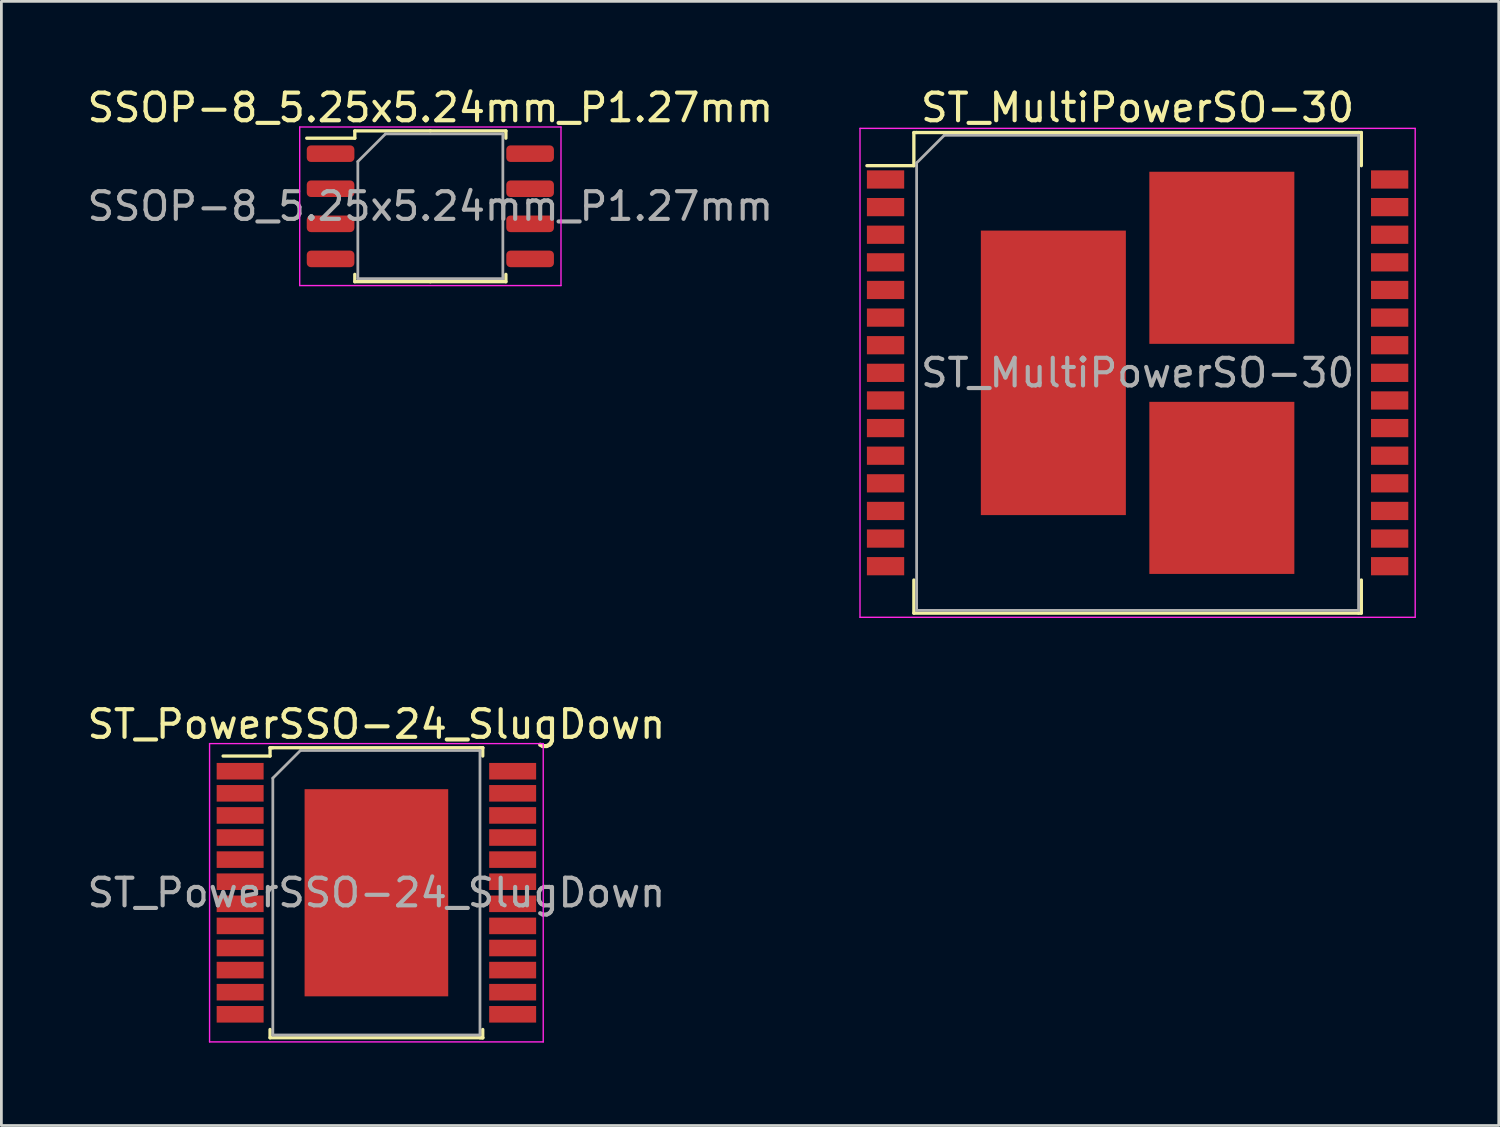
<source format=kicad_pcb>
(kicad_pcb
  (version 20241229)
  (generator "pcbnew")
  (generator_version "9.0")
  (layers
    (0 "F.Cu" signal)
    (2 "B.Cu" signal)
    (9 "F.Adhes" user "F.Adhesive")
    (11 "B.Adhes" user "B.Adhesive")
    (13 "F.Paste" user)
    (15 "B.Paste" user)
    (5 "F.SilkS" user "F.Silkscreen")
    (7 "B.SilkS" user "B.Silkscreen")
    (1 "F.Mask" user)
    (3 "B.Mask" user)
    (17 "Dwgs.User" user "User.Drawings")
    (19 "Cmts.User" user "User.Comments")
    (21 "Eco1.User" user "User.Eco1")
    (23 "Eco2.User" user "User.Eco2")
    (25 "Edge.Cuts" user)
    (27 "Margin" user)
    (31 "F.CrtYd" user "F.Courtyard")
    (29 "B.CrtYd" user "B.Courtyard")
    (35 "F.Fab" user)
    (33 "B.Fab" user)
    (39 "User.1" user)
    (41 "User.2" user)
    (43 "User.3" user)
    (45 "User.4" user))
  (footprint "ST_PowerSSO-24_SlugDown"
    (layer "F.Cu")
    (at 10.577 29.271)
    (property "Reference" "ST_PowerSSO-24_SlugDown" (at 0 -6.1 0) (layer "F.SilkS") (effects (font (size 1 1) (thickness 0.15))))
    (attr smd)
    (fp_line (start -3.85 -5.25) (end -3.85 -4.95) (stroke (width 0.12) (type solid)) (layer "F.SilkS"))
    (fp_line (start -3.85 -4.95) (end -5.55 -4.95) (stroke (width 0.12) (type solid)) (layer "F.SilkS"))
    (fp_line (start -3.85 5.25) (end -3.85 4.95) (stroke (width 0.12) (type solid)) (layer "F.SilkS"))
    (fp_line (start -3.75 -5.25) (end -3.85 -5.25) (stroke (width 0.12) (type solid)) (layer "F.SilkS"))
    (fp_line (start 3.75 -5.25) (end 3.85 -5.25) (stroke (width 0.12) (type solid)) (layer "F.SilkS"))
    (fp_line (start 3.75 5.25) (end 3.85 5.25) (stroke (width 0.12) (type solid)) (layer "F.SilkS"))
    (fp_line (start 3.85 -5.25) (end -3.85 -5.25) (stroke (width 0.12) (type solid)) (layer "F.SilkS"))
    (fp_line (start 3.85 -5.25) (end 3.85 -4.95) (stroke (width 0.12) (type solid)) (layer "F.SilkS"))
    (fp_line (start 3.85 5.25) (end -3.85 5.25) (stroke (width 0.12) (type solid)) (layer "F.SilkS"))
    (fp_line (start 3.85 5.25) (end 3.85 4.95) (stroke (width 0.12) (type solid)) (layer "F.SilkS"))
    (fp_line (start -6.04 -5.4) (end -6.04 5.4) (stroke (width 0.05) (type solid)) (layer "F.CrtYd"))
    (fp_line (start -6.04 -5.4) (end 6.04 -5.4) (stroke (width 0.05) (type solid)) (layer "F.CrtYd"))
    (fp_line (start 6.04 5.4) (end -6.04 5.4) (stroke (width 0.05) (type solid)) (layer "F.CrtYd"))
    (fp_line (start 6.04 5.4) (end 6.04 -5.4) (stroke (width 0.05) (type solid)) (layer "F.CrtYd"))
    (fp_line (start -3.75 -4.15) (end -3.75 5.15) (stroke (width 0.1) (type solid)) (layer "F.Fab"))
    (fp_line (start -3.75 5.15) (end 3.75 5.15) (stroke (width 0.1) (type solid)) (layer "F.Fab"))
    (fp_line (start -2.75 -5.15) (end -3.75 -4.15) (stroke (width 0.1) (type solid)) (layer "F.Fab"))
    (fp_line (start 3.75 -5.15) (end -2.75 -5.15) (stroke (width 0.1) (type solid)) (layer "F.Fab"))
    (fp_line (start 3.75 5.15) (end 3.75 -5.15) (stroke (width 0.1) (type solid)) (layer "F.Fab"))
    (fp_text user "${REFERENCE}" (at 0 0 0) (layer "F.Fab") (effects (font (size 1 1) (thickness 0.15))))
    (pad "1" smd rect (at -4.933 -4.4) (size 1.7 0.6) (layers "F.Cu" "F.Mask" "F.Paste"))
    (pad "2" smd rect (at -4.933 -3.6) (size 1.7 0.6) (layers "F.Cu" "F.Mask" "F.Paste"))
    (pad "3" smd rect (at -4.933 -2.8) (size 1.7 0.6) (layers "F.Cu" "F.Mask" "F.Paste"))
    (pad "4" smd rect (at -4.933 -2) (size 1.7 0.6) (layers "F.Cu" "F.Mask" "F.Paste"))
    (pad "5" smd rect (at -4.933 -1.2) (size 1.7 0.6) (layers "F.Cu" "F.Mask" "F.Paste"))
    (pad "6" smd rect (at -4.933 -0.4) (size 1.7 0.6) (layers "F.Cu" "F.Mask" "F.Paste"))
    (pad "7" smd rect (at -4.933 0.4) (size 1.7 0.6) (layers "F.Cu" "F.Mask" "F.Paste"))
    (pad "8" smd rect (at -4.933 1.2) (size 1.7 0.6) (layers "F.Cu" "F.Mask" "F.Paste"))
    (pad "9" smd rect (at -4.933 2) (size 1.7 0.6) (layers "F.Cu" "F.Mask" "F.Paste"))
    (pad "10" smd rect (at -4.933 2.8) (size 1.7 0.6) (layers "F.Cu" "F.Mask" "F.Paste"))
    (pad "11" smd rect (at -4.933 3.6) (size 1.7 0.6) (layers "F.Cu" "F.Mask" "F.Paste"))
    (pad "12" smd rect (at -4.933 4.4) (size 1.7 0.6) (layers "F.Cu" "F.Mask" "F.Paste"))
    (pad "13" smd rect (at 4.933 4.4) (size 1.7 0.6) (layers "F.Cu" "F.Mask" "F.Paste"))
    (pad "14" smd rect (at 4.933 3.6) (size 1.7 0.6) (layers "F.Cu" "F.Mask" "F.Paste"))
    (pad "15" smd rect (at 4.933 2.8) (size 1.7 0.6) (layers "F.Cu" "F.Mask" "F.Paste"))
    (pad "16" smd rect (at 4.933 2) (size 1.7 0.6) (layers "F.Cu" "F.Mask" "F.Paste"))
    (pad "17" smd rect (at 4.933 1.2) (size 1.7 0.6) (layers "F.Cu" "F.Mask" "F.Paste"))
    (pad "18" smd rect (at 4.933 0.4) (size 1.7 0.6) (layers "F.Cu" "F.Mask" "F.Paste"))
    (pad "19" smd rect (at 4.933 -0.4) (size 1.7 0.6) (layers "F.Cu" "F.Mask" "F.Paste"))
    (pad "20" smd rect (at 4.933 -1.2) (size 1.7 0.6) (layers "F.Cu" "F.Mask" "F.Paste"))
    (pad "21" smd rect (at 4.933 -2) (size 1.7 0.6) (layers "F.Cu" "F.Mask" "F.Paste"))
    (pad "22" smd rect (at 4.933 -2.8) (size 1.7 0.6) (layers "F.Cu" "F.Mask" "F.Paste"))
    (pad "23" smd rect (at 4.933 -3.6) (size 1.7 0.6) (layers "F.Cu" "F.Mask" "F.Paste"))
    (pad "24" smd rect (at 4.933 -4.4) (size 1.7 0.6) (layers "F.Cu" "F.Mask" "F.Paste"))
    (pad "25" smd rect (at 0 0) (size 5.2 7.5) (layers "F.Cu" "F.Mask" "F.Paste")))
  (footprint "SSOP-8_5.25x5.24mm_P1.27mm"
    (layer "F.Cu")
    (at 12.53 4.418)
    (property "Reference" "SSOP-8_5.25x5.24mm_P1.27mm" (at 0 -3.57 0) (layer "F.SilkS") (effects (font (size 1 1) (thickness 0.15))))
    (attr smd)
    (fp_line (start -2.735 -2.73) (end -2.735 -2.465) (stroke (width 0.12) (type solid)) (layer "F.SilkS"))
    (fp_line (start -2.735 -2.465) (end -4.475 -2.465) (stroke (width 0.12) (type solid)) (layer "F.SilkS"))
    (fp_line (start -2.735 2.73) (end -2.735 2.465) (stroke (width 0.12) (type solid)) (layer "F.SilkS"))
    (fp_line (start 0 -2.73) (end -2.735 -2.73) (stroke (width 0.12) (type solid)) (layer "F.SilkS"))
    (fp_line (start 0 -2.73) (end 2.735 -2.73) (stroke (width 0.12) (type solid)) (layer "F.SilkS"))
    (fp_line (start 0 2.73) (end -2.735 2.73) (stroke (width 0.12) (type solid)) (layer "F.SilkS"))
    (fp_line (start 0 2.73) (end 2.735 2.73) (stroke (width 0.12) (type solid)) (layer "F.SilkS"))
    (fp_line (start 2.735 -2.73) (end 2.735 -2.465) (stroke (width 0.12) (type solid)) (layer "F.SilkS"))
    (fp_line (start 2.735 2.73) (end 2.735 2.465) (stroke (width 0.12) (type solid)) (layer "F.SilkS"))
    (fp_line (start -4.73 -2.87) (end -4.73 2.87) (stroke (width 0.05) (type solid)) (layer "F.CrtYd"))
    (fp_line (start -4.73 2.87) (end 4.73 2.87) (stroke (width 0.05) (type solid)) (layer "F.CrtYd"))
    (fp_line (start 4.73 -2.87) (end -4.73 -2.87) (stroke (width 0.05) (type solid)) (layer "F.CrtYd"))
    (fp_line (start 4.73 2.87) (end 4.73 -2.87) (stroke (width 0.05) (type solid)) (layer "F.CrtYd"))
    (fp_line (start -2.625 -1.62) (end -1.625 -2.62) (stroke (width 0.1) (type solid)) (layer "F.Fab"))
    (fp_line (start -2.625 2.62) (end -2.625 -1.62) (stroke (width 0.1) (type solid)) (layer "F.Fab"))
    (fp_line (start -1.625 -2.62) (end 2.625 -2.62) (stroke (width 0.1) (type solid)) (layer "F.Fab"))
    (fp_line (start 2.625 -2.62) (end 2.625 2.62) (stroke (width 0.1) (type solid)) (layer "F.Fab"))
    (fp_line (start 2.625 2.62) (end -2.625 2.62) (stroke (width 0.1) (type solid)) (layer "F.Fab"))
    (fp_text user "${REFERENCE}" (at 0 0 0) (layer "F.Fab") (effects (font (size 1 1) (thickness 0.15))))
    (pad "1" smd roundrect (at -3.612 -1.905) (size 1.725 0.6) (layers "F.Cu" "F.Mask" "F.Paste") (roundrect_rratio 0.25))
    (pad "2" smd roundrect (at -3.612 -0.635) (size 1.725 0.6) (layers "F.Cu" "F.Mask" "F.Paste") (roundrect_rratio 0.25))
    (pad "3" smd roundrect (at -3.612 0.635) (size 1.725 0.6) (layers "F.Cu" "F.Mask" "F.Paste") (roundrect_rratio 0.25))
    (pad "4" smd roundrect (at -3.612 1.905) (size 1.725 0.6) (layers "F.Cu" "F.Mask" "F.Paste") (roundrect_rratio 0.25))
    (pad "5" smd roundrect (at 3.612 1.905) (size 1.725 0.6) (layers "F.Cu" "F.Mask" "F.Paste") (roundrect_rratio 0.25))
    (pad "6" smd roundrect (at 3.612 0.635) (size 1.725 0.6) (layers "F.Cu" "F.Mask" "F.Paste") (roundrect_rratio 0.25))
    (pad "7" smd roundrect (at 3.612 -0.635) (size 1.725 0.6) (layers "F.Cu" "F.Mask" "F.Paste") (roundrect_rratio 0.25))
    (pad "8" smd roundrect (at 3.612 -1.905) (size 1.725 0.6) (layers "F.Cu" "F.Mask" "F.Paste") (roundrect_rratio 0.25)))
  (footprint "ST_MultiPowerSO-30"
    (layer "F.Cu")
    (at 38.135 10.448)
    (property "Reference" "ST_MultiPowerSO-30" (at 0 -9.6 0) (layer "F.SilkS") (effects (font (size 1 1) (thickness 0.15))))
    (attr smd)
    (fp_line (start -8.1 -8.7) (end -8.1 -7.5) (stroke (width 0.12) (type solid)) (layer "F.SilkS"))
    (fp_line (start -8.1 -7.5) (end -9.8 -7.5) (stroke (width 0.12) (type solid)) (layer "F.SilkS"))
    (fp_line (start -8.1 8.7) (end -8.1 7.5) (stroke (width 0.12) (type solid)) (layer "F.SilkS"))
    (fp_line (start -8 -8.7) (end -8.1 -8.7) (stroke (width 0.12) (type solid)) (layer "F.SilkS"))
    (fp_line (start 8 -8.7) (end -8 -8.7) (stroke (width 0.12) (type solid)) (layer "F.SilkS"))
    (fp_line (start 8 -8.7) (end 8.1 -8.7) (stroke (width 0.12) (type solid)) (layer "F.SilkS"))
    (fp_line (start 8 8.7) (end -8.1 8.7) (stroke (width 0.12) (type solid)) (layer "F.SilkS"))
    (fp_line (start 8 8.7) (end 8.1 8.7) (stroke (width 0.12) (type solid)) (layer "F.SilkS"))
    (fp_line (start 8.1 -8.7) (end 8.1 -7.5) (stroke (width 0.12) (type solid)) (layer "F.SilkS"))
    (fp_line (start 8.1 8.7) (end 8.1 7.5) (stroke (width 0.12) (type solid)) (layer "F.SilkS"))
    (fp_line (start -10.05 -8.85) (end -10.05 8.85) (stroke (width 0.05) (type solid)) (layer "F.CrtYd"))
    (fp_line (start -10.05 -8.85) (end 10.05 -8.85) (stroke (width 0.05) (type solid)) (layer "F.CrtYd"))
    (fp_line (start 10.05 8.85) (end -10.05 8.85) (stroke (width 0.05) (type solid)) (layer "F.CrtYd"))
    (fp_line (start 10.05 8.85) (end 10.05 -8.85) (stroke (width 0.05) (type solid)) (layer "F.CrtYd"))
    (fp_line (start -8 -7.6) (end -8 8.6) (stroke (width 0.1) (type solid)) (layer "F.Fab"))
    (fp_line (start -8 8.6) (end 8 8.6) (stroke (width 0.1) (type solid)) (layer "F.Fab"))
    (fp_line (start -7 -8.6) (end -8 -7.6) (stroke (width 0.1) (type solid)) (layer "F.Fab"))
    (fp_line (start 8 -8.6) (end -7 -8.6) (stroke (width 0.1) (type solid)) (layer "F.Fab"))
    (fp_line (start 8 8.6) (end 8 -8.6) (stroke (width 0.1) (type solid)) (layer "F.Fab"))
    (fp_text user "${REFERENCE}" (at 0 0 0) (layer "F.Fab") (effects (font (size 1 1) (thickness 0.15))))
    (pad "1" smd rect (at -9.125 -7 270) (size 0.66 1.35) (layers "F.Cu" "F.Mask" "F.Paste"))
    (pad "2" smd rect (at -9.125 -6 270) (size 0.66 1.35) (layers "F.Cu" "F.Mask" "F.Paste"))
    (pad "3" smd rect (at -9.125 -5 270) (size 0.66 1.35) (layers "F.Cu" "F.Mask" "F.Paste"))
    (pad "4" smd rect (at -9.125 -4 270) (size 0.66 1.35) (layers "F.Cu" "F.Mask" "F.Paste"))
    (pad "5" smd rect (at -9.125 -3 270) (size 0.66 1.35) (layers "F.Cu" "F.Mask" "F.Paste"))
    (pad "6" smd rect (at -9.125 -2 270) (size 0.66 1.35) (layers "F.Cu" "F.Mask" "F.Paste"))
    (pad "7" smd rect (at -9.125 -1 270) (size 0.66 1.35) (layers "F.Cu" "F.Mask" "F.Paste"))
    (pad "8" smd rect (at -9.125 0 270) (size 0.66 1.35) (layers "F.Cu" "F.Mask" "F.Paste"))
    (pad "9" smd rect (at -9.125 1 270) (size 0.66 1.35) (layers "F.Cu" "F.Mask" "F.Paste"))
    (pad "10" smd rect (at -9.125 2 270) (size 0.66 1.35) (layers "F.Cu" "F.Mask" "F.Paste"))
    (pad "11" smd rect (at -9.125 3 270) (size 0.66 1.35) (layers "F.Cu" "F.Mask" "F.Paste"))
    (pad "12" smd rect (at -9.125 4 270) (size 0.66 1.35) (layers "F.Cu" "F.Mask" "F.Paste"))
    (pad "13" smd rect (at -9.125 5 270) (size 0.66 1.35) (layers "F.Cu" "F.Mask" "F.Paste"))
    (pad "14" smd rect (at -9.125 6 270) (size 0.66 1.35) (layers "F.Cu" "F.Mask" "F.Paste"))
    (pad "15" smd rect (at -9.125 7 270) (size 0.66 1.35) (layers "F.Cu" "F.Mask" "F.Paste"))
    (pad "16" smd rect (at 9.125 7 270) (size 0.66 1.35) (layers "F.Cu" "F.Mask" "F.Paste"))
    (pad "17" smd rect (at 9.125 6 270) (size 0.66 1.35) (layers "F.Cu" "F.Mask" "F.Paste"))
    (pad "18" smd rect (at 9.125 5 270) (size 0.66 1.35) (layers "F.Cu" "F.Mask" "F.Paste"))
    (pad "19" smd rect (at 9.125 4 270) (size 0.66 1.35) (layers "F.Cu" "F.Mask" "F.Paste"))
    (pad "20" smd rect (at 9.125 3 270) (size 0.66 1.35) (layers "F.Cu" "F.Mask" "F.Paste"))
    (pad "21" smd rect (at 9.125 2 270) (size 0.66 1.35) (layers "F.Cu" "F.Mask" "F.Paste"))
    (pad "22" smd rect (at 9.125 1 270) (size 0.66 1.35) (layers "F.Cu" "F.Mask" "F.Paste"))
    (pad "23" smd rect (at 9.125 0 270) (size 0.66 1.35) (layers "F.Cu" "F.Mask" "F.Paste"))
    (pad "24" smd rect (at 9.125 -1 270) (size 0.66 1.35) (layers "F.Cu" "F.Mask" "F.Paste"))
    (pad "25" smd rect (at 9.125 -2 270) (size 0.66 1.35) (layers "F.Cu" "F.Mask" "F.Paste"))
    (pad "26" smd rect (at 9.125 -3 270) (size 0.66 1.35) (layers "F.Cu" "F.Mask" "F.Paste"))
    (pad "27" smd rect (at 9.125 -4 270) (size 0.66 1.35) (layers "F.Cu" "F.Mask" "F.Paste"))
    (pad "28" smd rect (at 9.125 -5 270) (size 0.66 1.35) (layers "F.Cu" "F.Mask" "F.Paste"))
    (pad "29" smd rect (at 9.125 -6 270) (size 0.66 1.35) (layers "F.Cu" "F.Mask" "F.Paste"))
    (pad "30" smd rect (at 9.125 -7 270) (size 0.66 1.35) (layers "F.Cu" "F.Mask" "F.Paste"))
    (pad "31" smd rect (at -3.05 0) (size 5.25 10.3) (layers "F.Cu" "F.Mask" "F.Paste"))
    (pad "32" smd rect (at 3.05 4.165) (size 5.25 6.23) (layers "F.Cu" "F.Mask" "F.Paste"))
    (pad "33" smd rect (at 3.05 -4.165) (size 5.25 6.23) (layers "F.Cu" "F.Mask" "F.Paste")))
  (gr_rect
    (start -3 -3)
    (end 51.21 37.697)
    (stroke (width 0.1) (type default))
    (fill no)
    (layer "Edge.Cuts")))
</source>
